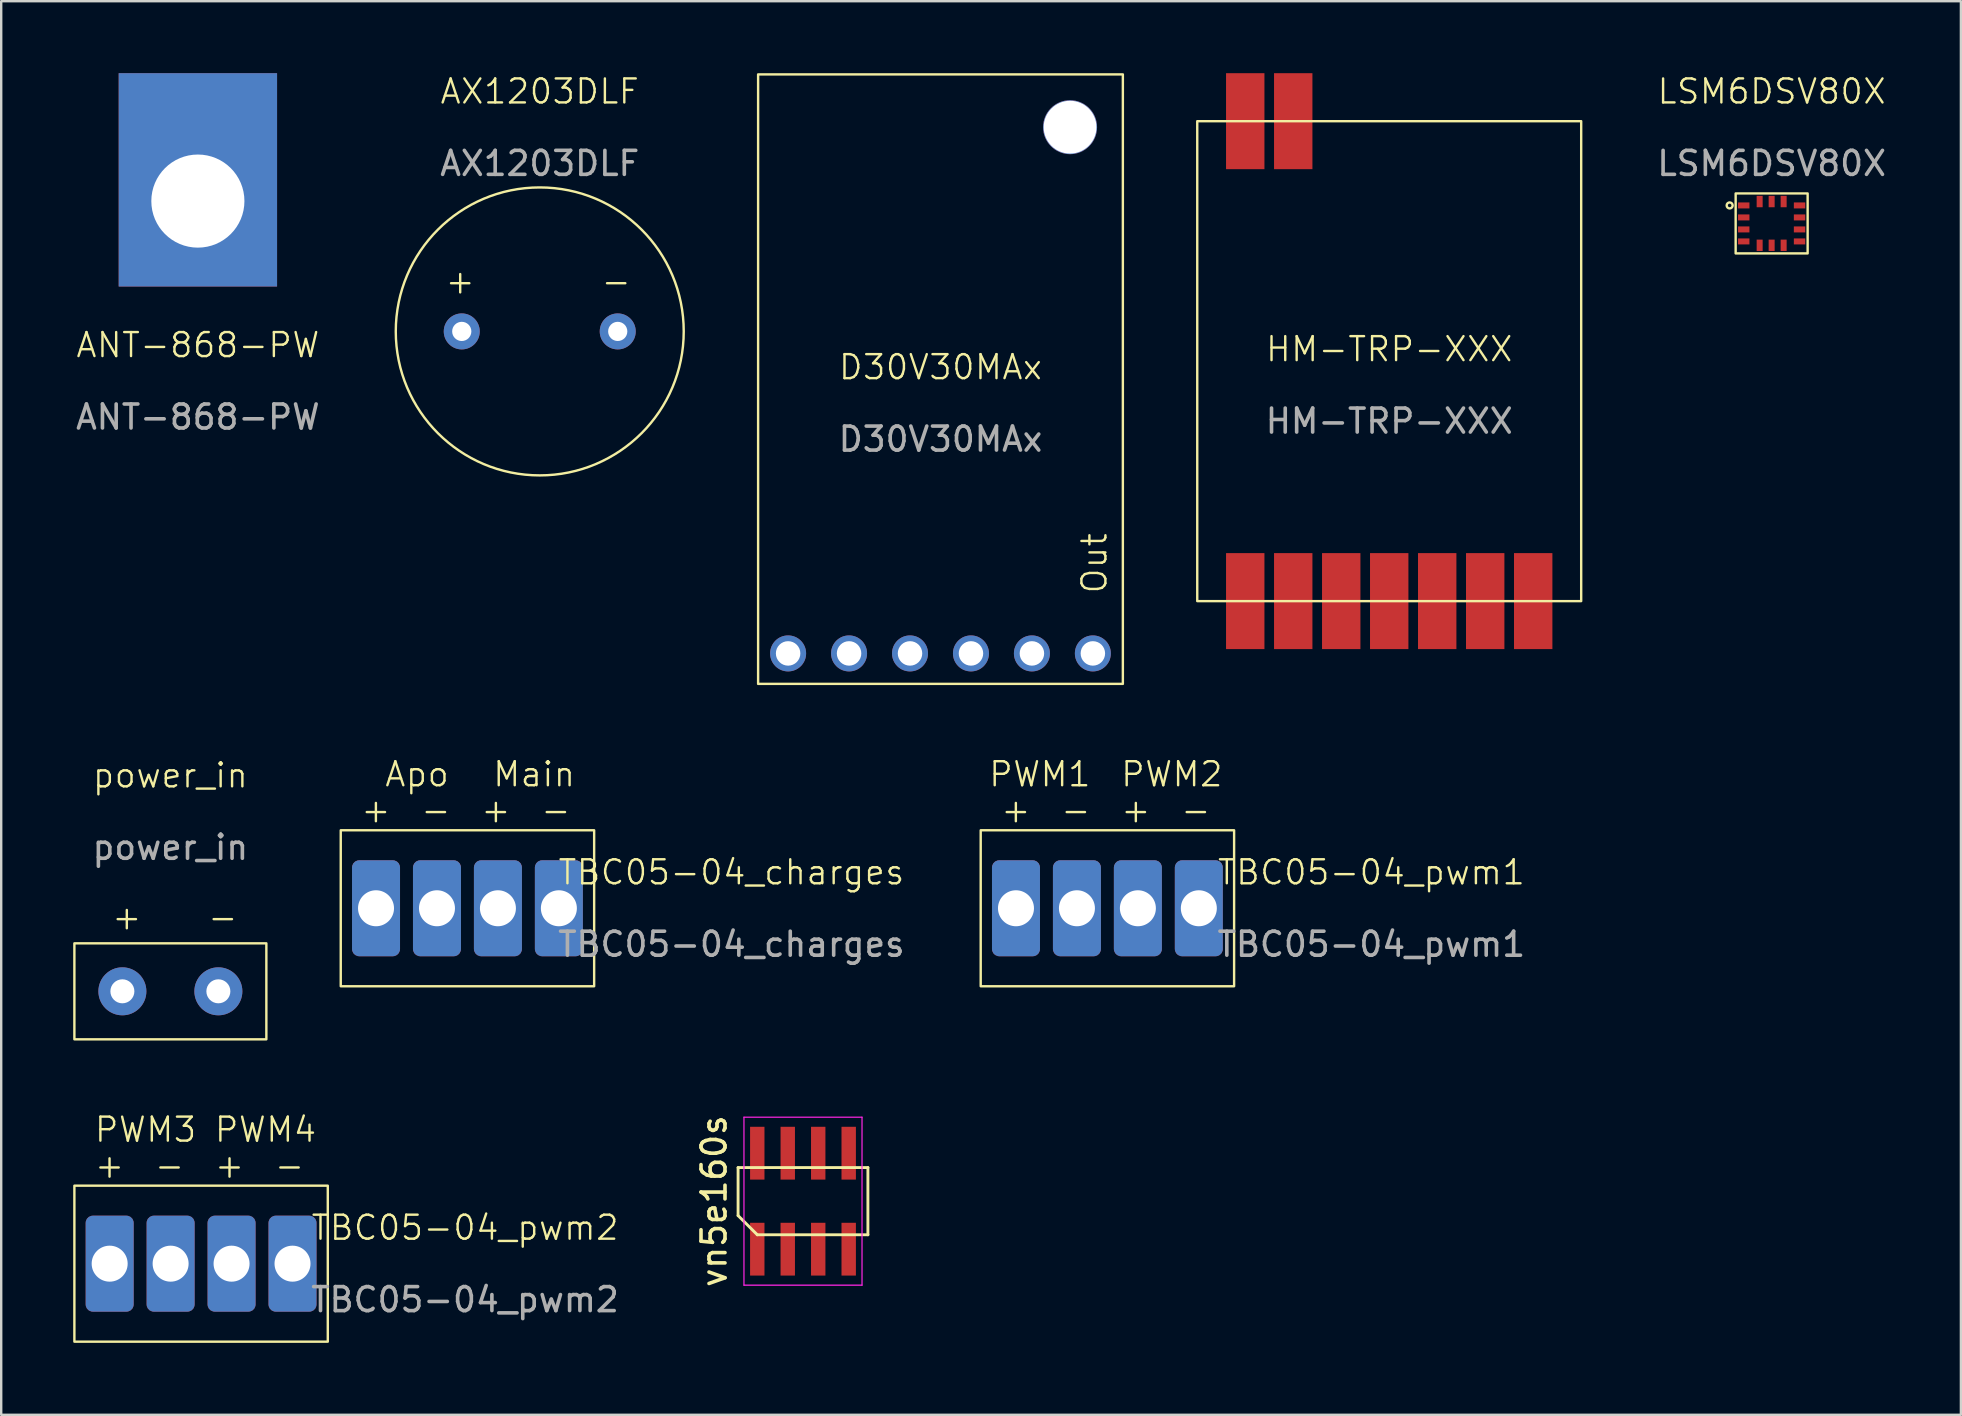
<source format=kicad_pcb>
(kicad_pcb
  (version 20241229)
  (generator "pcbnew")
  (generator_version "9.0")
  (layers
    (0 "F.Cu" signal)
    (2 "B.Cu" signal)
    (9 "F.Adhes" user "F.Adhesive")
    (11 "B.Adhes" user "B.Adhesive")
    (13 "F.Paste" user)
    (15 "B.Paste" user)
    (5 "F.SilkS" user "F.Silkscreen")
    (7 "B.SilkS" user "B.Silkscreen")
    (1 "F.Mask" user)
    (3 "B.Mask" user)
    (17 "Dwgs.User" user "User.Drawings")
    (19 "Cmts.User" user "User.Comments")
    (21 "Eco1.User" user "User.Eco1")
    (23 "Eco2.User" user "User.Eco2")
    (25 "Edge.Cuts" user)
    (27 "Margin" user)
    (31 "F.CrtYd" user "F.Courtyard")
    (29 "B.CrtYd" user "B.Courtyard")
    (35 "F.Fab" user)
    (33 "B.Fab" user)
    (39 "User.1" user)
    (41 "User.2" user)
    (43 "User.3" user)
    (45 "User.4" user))
  (footprint "ANT-868-PW"
    (layer "F.Cu")
    (at 5.196 11.83)
    (property "Reference" "ANT-868-PW" (at 0 -0.5 0) (unlocked yes) (layer "F.SilkS") (effects (font (size 1 1) (thickness 0.1))))
    (attr smd)
    (fp_text user "${REFERENCE}" (at 0 2.5 0) (unlocked yes) (layer "F.Fab") (effects (font (size 1 1) (thickness 0.15))))
    (pad "1" thru_hole rect (at 0 -6.5) (size 6.6 8.89) (drill 3.88 (offset 0 -0.885)) (layers "*.Cu" "*.Mask")))
  (footprint "D30V30MAx"
    (layer "F.Cu")
    (at 36.143 12.75)
    (property "Reference" "D30V30MAx" (at 0 -0.5 0) (unlocked yes) (layer "F.SilkS") (effects (font (size 1 1) (thickness 0.1))))
    (attr smd)
    (fp_rect (start -7.6 -12.7) (end 7.6 12.7) (stroke (width 0.1) (type solid)) (fill no) (layer "F.SilkS"))
    (fp_text user "Out" (at 7 9 90) (unlocked yes) (layer "F.SilkS") (effects (font (size 1 1) (thickness 0.1)) (justify left bottom)))
    (fp_text user "${REFERENCE}" (at 0 2.5 0) (unlocked yes) (layer "F.Fab") (effects (font (size 1 1) (thickness 0.15))))
    (pad "" np_thru_hole circle (at 5.4 -10.5) (size 2.25 2.25) (drill 2.2) (layers "*.Cu" "*.Mask"))
    (pad "1" thru_hole circle (at -6.35 11.43) (size 1.5 1.5) (drill 1.02) (layers "*.Cu" "*.Mask"))
    (pad "2" thru_hole circle (at -3.81 11.43) (size 1.5 1.5) (drill 1.02) (layers "*.Cu" "*.Mask"))
    (pad "3" thru_hole circle (at -1.27 11.43) (size 1.5 1.5) (drill 1.02) (layers "*.Cu" "*.Mask"))
    (pad "4" thru_hole circle (at 1.27 11.43) (size 1.5 1.5) (drill 1.02) (layers "*.Cu" "*.Mask"))
    (pad "5" thru_hole circle (at 3.81 11.43) (size 1.5 1.5) (drill 1.02) (layers "*.Cu" "*.Mask"))
    (pad "6" thru_hole circle (at 6.35 11.43) (size 1.5 1.5) (drill 1.02) (layers "*.Cu" "*.Mask")))
  (footprint "TBC05-04_charges"
    (layer "F.Cu")
    (at 16.43 34.8)
    (property "Reference" "TBC05-04_charges" (at 11 -1.5 0) (unlocked yes) (layer "F.SilkS") (effects (font (size 1 1) (thickness 0.1))))
    (attr smd)
    (fp_rect (start -5.28 -3.25) (end 5.28 3.25) (stroke (width 0.1) (type solid)) (fill no) (layer "F.SilkS"))
    (fp_text user "+" (at 0.5 -3.5 0) (unlocked yes) (layer "F.SilkS") (effects (font (size 1 1) (thickness 0.1)) (justify left bottom)))
    (fp_text user "-" (at 3 -3.5 0) (unlocked yes) (layer "F.SilkS") (effects (font (size 1 1) (thickness 0.1)) (justify left bottom)))
    (fp_text user "-" (at -2 -3.5 0) (unlocked yes) (layer "F.SilkS") (effects (font (size 1 1) (thickness 0.1)) (justify left bottom)))
    (fp_text user "Main" (at 1 -5 0) (unlocked yes) (layer "F.SilkS") (effects (font (size 1 1) (thickness 0.1)) (justify left bottom)))
    (fp_text user "Apo" (at -3.5 -5 0) (unlocked yes) (layer "F.SilkS") (effects (font (size 1 1) (thickness 0.1)) (justify left bottom)))
    (fp_text user "+" (at -4.5 -3.5 0) (unlocked yes) (layer "F.SilkS") (effects (font (size 1 1) (thickness 0.1)) (justify left bottom)))
    (fp_text user "${REFERENCE}" (at 11 1.5 0) (unlocked yes) (layer "F.Fab") (effects (font (size 1 1) (thickness 0.15))))
    (pad "1" thru_hole roundrect (at -3.81 0) (size 2 4) (drill 1.5) (layers "*.Cu" "*.Mask") (roundrect_rratio 0.15))
    (pad "2" thru_hole roundrect (at -1.27 0) (size 2 4) (drill 1.5) (layers "*.Cu" "*.Mask") (roundrect_rratio 0.15))
    (pad "3" thru_hole roundrect (at 1.27 0) (size 2 4) (drill 1.5) (layers "*.Cu" "*.Mask") (roundrect_rratio 0.15))
    (pad "4" thru_hole roundrect (at 3.81 0) (size 2 4) (drill 1.5) (layers "*.Cu" "*.Mask") (roundrect_rratio 0.15)))
  (footprint "LSM6DSV80X"
    (layer "F.Cu")
    (at 70.78 6.261)
    (property "Reference" "LSM6DSV80X" (at 0 -5.5 0) (unlocked yes) (layer "F.SilkS") (effects (font (size 1 1) (thickness 0.1))))
    (attr smd)
    (fp_rect (start -1.5 -1.25) (end 1.5 1.25) (stroke (width 0.1) (type solid)) (fill no) (layer "F.SilkS"))
    (fp_circle (center -1.75 -0.75) (end -1.625 -0.75) (stroke (width 0.1) (type solid)) (fill no) (layer "F.SilkS"))
    (fp_text user "${REFERENCE}" (at 0 -2.5 0) (unlocked yes) (layer "F.Fab") (effects (font (size 1 1) (thickness 0.15))))
    (pad "1" smd rect (at -1.163 -0.75) (size 0.475 0.25) (layers "F.Cu" "F.Mask" "F.Paste"))
    (pad "2" smd rect (at -1.163 -0.25) (size 0.475 0.25) (layers "F.Cu" "F.Mask" "F.Paste"))
    (pad "3" smd rect (at -1.163 0.25) (size 0.475 0.25) (layers "F.Cu" "F.Mask" "F.Paste"))
    (pad "4" smd rect (at -1.163 0.75) (size 0.475 0.25) (layers "F.Cu" "F.Mask" "F.Paste"))
    (pad "5" smd rect (at -0.5 0.912) (size 0.25 0.475) (layers "F.Cu" "F.Mask" "F.Paste"))
    (pad "6" smd rect (at 0 0.912) (size 0.25 0.475) (layers "F.Cu" "F.Mask" "F.Paste"))
    (pad "7" smd rect (at 0.5 0.912) (size 0.25 0.475) (layers "F.Cu" "F.Mask" "F.Paste"))
    (pad "8" smd rect (at 1.163 0.75) (size 0.475 0.25) (layers "F.Cu" "F.Mask" "F.Paste"))
    (pad "9" smd rect (at 1.163 0.25) (size 0.475 0.25) (layers "F.Cu" "F.Mask" "F.Paste"))
    (pad "10" smd rect (at 1.163 -0.25) (size 0.475 0.25) (layers "F.Cu" "F.Mask" "F.Paste"))
    (pad "11" smd rect (at 1.163 -0.75) (size 0.475 0.25) (layers "F.Cu" "F.Mask" "F.Paste"))
    (pad "12" smd rect (at 0.5 -0.912) (size 0.25 0.475) (layers "F.Cu" "F.Mask" "F.Paste"))
    (pad "13" smd rect (at 0 -0.912) (size 0.25 0.475) (layers "F.Cu" "F.Mask" "F.Paste"))
    (pad "14" smd rect (at -0.5 -0.912) (size 0.25 0.475) (layers "F.Cu" "F.Mask" "F.Paste")))
  (footprint "HM-TRP-XXX"
    (layer "F.Cu")
    (at 54.843 12)
    (property "Reference" "HM-TRP-XXX" (at 0 -0.5 0) (unlocked yes) (layer "F.SilkS") (effects (font (size 1 1) (thickness 0.1))))
    (attr smd)
    (fp_rect (start -8 -10) (end 8 10) (stroke (width 0.1) (type solid)) (fill no) (layer "F.SilkS"))
    (fp_text user "${REFERENCE}" (at 0 2.5 0) (unlocked yes) (layer "F.Fab") (effects (font (size 1 1) (thickness 0.15))))
    (pad "1" smd rect (at -6 10) (size 1.6 4) (layers "F.Cu" "F.Mask" "F.Paste"))
    (pad "2" smd rect (at -4 10) (size 1.6 4) (layers "F.Cu" "F.Mask" "F.Paste"))
    (pad "3" smd rect (at -2 10) (size 1.6 4) (layers "F.Cu" "F.Mask" "F.Paste"))
    (pad "4" smd rect (at 0 10) (size 1.6 4) (layers "F.Cu" "F.Mask" "F.Paste"))
    (pad "5" smd rect (at 2 10) (size 1.6 4) (layers "F.Cu" "F.Mask" "F.Paste"))
    (pad "6" smd rect (at 4 10) (size 1.6 4) (layers "F.Cu" "F.Mask" "F.Paste"))
    (pad "7" smd rect (at 6 10) (size 1.6 4) (layers "F.Cu" "F.Mask" "F.Paste"))
    (pad "8" smd rect (at -6 -10) (size 1.6 4) (layers "F.Cu" "F.Mask" "F.Paste"))
    (pad "9" smd rect (at -4 -10) (size 1.6 4) (layers "F.Cu" "F.Mask" "F.Paste")))
  (footprint "vn5e160s"
    (layer "F.Cu")
    (at 30.413 47.007)
    (property "Reference" "vn5e160s" (at -3.705 0 90) (layer "F.SilkS") (effects (font (size 1 1) (thickness 0.15))))
    (attr smd)
    (fp_line (start -2.705 -1.4) (end 2.705 -1.4) (stroke (width 0.12) (type default)) (layer "F.SilkS"))
    (fp_line (start -2.705 0.6) (end -2.705 -1.4) (stroke (width 0.12) (type default)) (layer "F.SilkS"))
    (fp_line (start -1.905 1.4) (end -2.705 0.6) (stroke (width 0.12) (type default)) (layer "F.SilkS"))
    (fp_line (start 2.705 -1.4) (end 2.705 1.4) (stroke (width 0.12) (type default)) (layer "F.SilkS"))
    (fp_line (start 2.705 1.4) (end -1.905 1.4) (stroke (width 0.12) (type default)) (layer "F.SilkS"))
    (fp_line (start -2.46 -3.5) (end 2.46 -3.5) (stroke (width 0.05) (type default)) (layer "F.CrtYd"))
    (fp_line (start -2.46 3.5) (end -2.46 -3.5) (stroke (width 0.05) (type default)) (layer "F.CrtYd"))
    (fp_line (start 2.46 -3.5) (end 2.46 3.5) (stroke (width 0.05) (type solid)) (layer "F.CrtYd"))
    (fp_line (start 2.46 3.5) (end -2.46 3.5) (stroke (width 0.05) (type default)) (layer "F.CrtYd"))
    (pad "1" smd rect (at -1.905 2) (size 0.6 2.2) (layers "F.Cu" "F.Mask" "F.Paste"))
    (pad "2" smd rect (at -0.635 2) (size 0.6 2.2) (layers "F.Cu" "F.Mask" "F.Paste"))
    (pad "3" smd rect (at 0.635 2) (size 0.6 2.2) (layers "F.Cu" "F.Mask" "F.Paste"))
    (pad "4" smd rect (at 1.905 2) (size 0.6 2.2) (layers "F.Cu" "F.Mask" "F.Paste"))
    (pad "5" smd rect (at 1.905 -2) (size 0.6 2.2) (layers "F.Cu" "F.Mask" "F.Paste"))
    (pad "6" smd rect (at 0.635 -2) (size 0.6 2.2) (layers "F.Cu" "F.Mask" "F.Paste"))
    (pad "7" smd rect (at -0.635 -2) (size 0.6 2.2) (layers "F.Cu" "F.Mask" "F.Paste"))
    (pad "8" smd rect (at -1.905 -2) (size 0.6 2.2) (layers "F.Cu" "F.Mask" "F.Paste")))
  (footprint "power_in"
    (layer "F.Cu")
    (at 4.05 38.261)
    (property "Reference" "power_in" (at 0 -9 0) (unlocked yes) (layer "F.SilkS") (effects (font (size 1 1) (thickness 0.1))))
    (attr smd)
    (fp_rect (start -4 -2) (end 4 2) (stroke (width 0.1) (type default)) (fill no) (layer "F.SilkS"))
    (fp_text user "-" (at 1.5 -2.5 0) (unlocked yes) (layer "F.SilkS") (effects (font (size 1 1) (thickness 0.1)) (justify left bottom)))
    (fp_text user "+" (at -2.5 -2.5 0) (unlocked yes) (layer "F.SilkS") (effects (font (size 1 1) (thickness 0.1)) (justify left bottom)))
    (fp_text user "${REFERENCE}" (at 0 -6 0) (unlocked yes) (layer "F.Fab") (effects (font (size 1 1) (thickness 0.15))))
    (pad "1" thru_hole circle (at -2 0) (size 2 2) (drill 1) (layers "*.Cu" "*.Mask"))
    (pad "2" thru_hole circle (at 2 0) (size 2 2) (drill 1) (layers "*.Cu" "*.Mask")))
  (footprint "TBC05-04_pwm2"
    (layer "F.Cu")
    (at 5.33 49.611)
    (property "Reference" "TBC05-04_pwm2" (at 11 -1.5 0) (unlocked yes) (layer "F.SilkS") (effects (font (size 1 1) (thickness 0.1))))
    (attr smd)
    (fp_rect (start -5.28 -3.25) (end 5.28 3.25) (stroke (width 0.1) (type solid)) (fill no) (layer "F.SilkS"))
    (fp_text user "PWM4" (at 0.5 -5 0) (unlocked yes) (layer "F.SilkS") (effects (font (size 1 1) (thickness 0.1)) (justify left bottom)))
    (fp_text user "PWM3" (at -4.5 -5 0) (unlocked yes) (layer "F.SilkS") (effects (font (size 1 1) (thickness 0.1)) (justify left bottom)))
    (fp_text user "+" (at -4.5 -3.5 0) (unlocked yes) (layer "F.SilkS") (effects (font (size 1 1) (thickness 0.1)) (justify left bottom)))
    (fp_text user "+" (at 0.5 -3.5 0) (unlocked yes) (layer "F.SilkS") (effects (font (size 1 1) (thickness 0.1)) (justify left bottom)))
    (fp_text user "-" (at -2 -3.5 0) (unlocked yes) (layer "F.SilkS") (effects (font (size 1 1) (thickness 0.1)) (justify left bottom)))
    (fp_text user "-" (at 3 -3.5 0) (unlocked yes) (layer "F.SilkS") (effects (font (size 1 1) (thickness 0.1)) (justify left bottom)))
    (fp_text user "${REFERENCE}" (at 11 1.5 0) (unlocked yes) (layer "F.Fab") (effects (font (size 1 1) (thickness 0.15))))
    (pad "1" thru_hole roundrect (at -3.81 0) (size 2 4) (drill 1.5) (layers "*.Cu" "*.Mask") (roundrect_rratio 0.15))
    (pad "2" thru_hole roundrect (at -1.27 0) (size 2 4) (drill 1.5) (layers "*.Cu" "*.Mask") (roundrect_rratio 0.15))
    (pad "3" thru_hole roundrect (at 1.27 0) (size 2 4) (drill 1.5) (layers "*.Cu" "*.Mask") (roundrect_rratio 0.15))
    (pad "4" thru_hole roundrect (at 3.81 0) (size 2 4) (drill 1.5) (layers "*.Cu" "*.Mask") (roundrect_rratio 0.15)))
  (footprint "TBC05-04_pwm1"
    (layer "F.Cu")
    (at 43.099 34.8)
    (property "Reference" "TBC05-04_pwm1" (at 11 -1.5 0) (unlocked yes) (layer "F.SilkS") (effects (font (size 1 1) (thickness 0.1))))
    (attr smd)
    (fp_rect (start -5.28 -3.25) (end 5.28 3.25) (stroke (width 0.1) (type solid)) (fill no) (layer "F.SilkS"))
    (fp_text user "-" (at -2 -3.5 0) (unlocked yes) (layer "F.SilkS") (effects (font (size 1 1) (thickness 0.1)) (justify left bottom)))
    (fp_text user "+" (at -4.5 -3.5 0) (unlocked yes) (layer "F.SilkS") (effects (font (size 1 1) (thickness 0.1)) (justify left bottom)))
    (fp_text user "-" (at 3 -3.5 0) (unlocked yes) (layer "F.SilkS") (effects (font (size 1 1) (thickness 0.1)) (justify left bottom)))
    (fp_text user "PWM1" (at -5 -5 0) (unlocked yes) (layer "F.SilkS") (effects (font (size 1 1) (thickness 0.1)) (justify left bottom)))
    (fp_text user "+" (at 0.5 -3.5 0) (unlocked yes) (layer "F.SilkS") (effects (font (size 1 1) (thickness 0.1)) (justify left bottom)))
    (fp_text user "PWM2" (at 0.5 -5 0) (unlocked yes) (layer "F.SilkS") (effects (font (size 1 1) (thickness 0.1)) (justify left bottom)))
    (fp_text user "${REFERENCE}" (at 11 1.5 0) (unlocked yes) (layer "F.Fab") (effects (font (size 1 1) (thickness 0.15))))
    (pad "1" thru_hole roundrect (at -3.81 0) (size 2 4) (drill 1.5) (layers "*.Cu" "*.Mask") (roundrect_rratio 0.15))
    (pad "2" thru_hole roundrect (at -1.27 0) (size 2 4) (drill 1.5) (layers "*.Cu" "*.Mask") (roundrect_rratio 0.15))
    (pad "3" thru_hole roundrect (at 1.27 0) (size 2 4) (drill 1.5) (layers "*.Cu" "*.Mask") (roundrect_rratio 0.15))
    (pad "4" thru_hole roundrect (at 3.81 0) (size 2 4) (drill 1.5) (layers "*.Cu" "*.Mask") (roundrect_rratio 0.15)))
  (footprint "AX1203DLF"
    (layer "F.Cu")
    (at 19.443 10.761)
    (property "Reference" "AX1203DLF" (at 0 -10 0) (unlocked yes) (layer "F.SilkS") (effects (font (size 1 1) (thickness 0.1))))
    (attr smd)
    (fp_circle (center 0 0) (end 6 0) (stroke (width 0.1) (type solid)) (fill no) (layer "F.SilkS"))
    (fp_text user "+" (at -4 -1.5 0) (unlocked yes) (layer "F.SilkS") (effects (font (size 1 1) (thickness 0.1)) (justify left bottom)))
    (fp_text user "-" (at 2.5 -1.5 0) (unlocked yes) (layer "F.SilkS") (effects (font (size 1 1) (thickness 0.1)) (justify left bottom)))
    (fp_text user "${REFERENCE}" (at 0 -7 0) (unlocked yes) (layer "F.Fab") (effects (font (size 1 1) (thickness 0.15))))
    (pad "1" thru_hole circle (at -3.25 0) (size 1.5 1.5) (drill 0.8) (layers "*.Cu" "*.Mask"))
    (pad "2" thru_hole circle (at 3.25 0) (size 1.5 1.5) (drill 0.8) (layers "*.Cu" "*.Mask")))
  (gr_rect
    (start -3 -3)
    (end 78.667 55.91)
    (stroke (width 0.1) (type default))
    (fill no)
    (layer "Edge.Cuts")))
</source>
